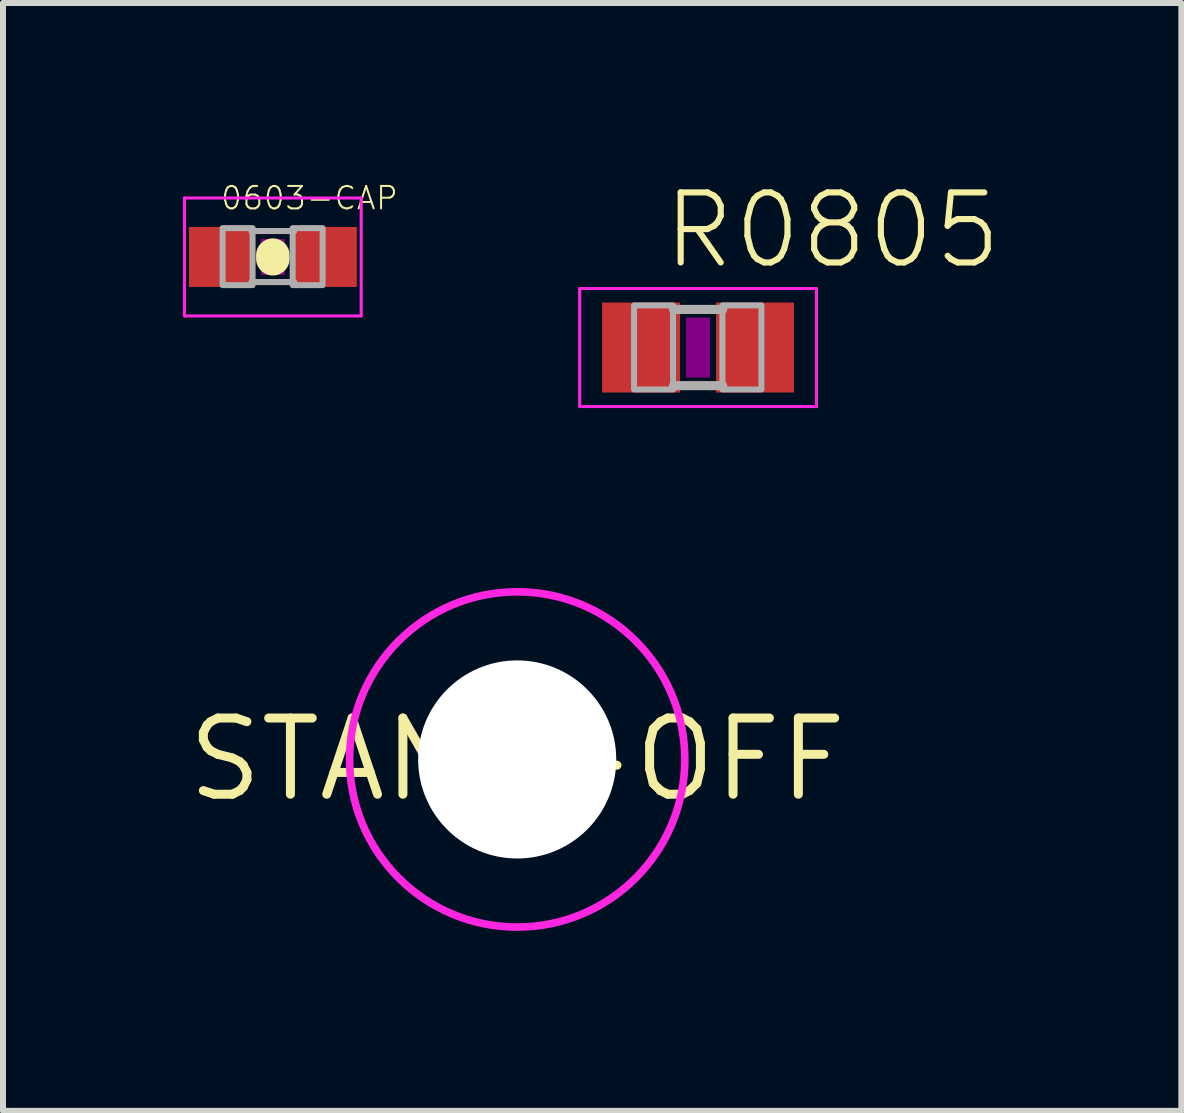
<source format=kicad_pcb>
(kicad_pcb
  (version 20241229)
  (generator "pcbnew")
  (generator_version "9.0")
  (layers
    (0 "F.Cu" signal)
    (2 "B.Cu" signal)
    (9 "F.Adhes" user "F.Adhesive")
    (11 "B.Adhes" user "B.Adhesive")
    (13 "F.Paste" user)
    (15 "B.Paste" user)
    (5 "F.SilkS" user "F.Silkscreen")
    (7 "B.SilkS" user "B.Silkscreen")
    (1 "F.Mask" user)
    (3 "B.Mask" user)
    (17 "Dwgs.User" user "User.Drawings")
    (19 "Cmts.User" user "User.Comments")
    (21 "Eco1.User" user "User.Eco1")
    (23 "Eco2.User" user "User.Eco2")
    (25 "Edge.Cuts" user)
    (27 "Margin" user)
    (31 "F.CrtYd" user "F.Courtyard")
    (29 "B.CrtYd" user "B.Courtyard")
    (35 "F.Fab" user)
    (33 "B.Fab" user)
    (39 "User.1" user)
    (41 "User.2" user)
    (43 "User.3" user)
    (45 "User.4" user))
  (footprint "STAND-OFF"
    (layer "F.Cu")
    (at 5.571 9.609)
    (property "Reference" "STAND-OFF" (at 0 0 0) (layer "F.SilkS") (effects (font (size 1.27 1.27) (thickness 0.15))))
    (fp_circle (center 0 0) (end 2.794 0) (stroke (width 0.127) (type solid)) (fill no) (layer "F.CrtYd"))
    (pad "" np_thru_hole circle (at 0 0) (size 3.302 3.302) (drill 3.302) (layers "*.Cu" "*.Mask")))
  (footprint "R0805"
    (layer "F.Cu")
    (at 8.586 2.743)
    (property "Reference" "R0805" (at -0.635 -1.27 0) (layer "F.SilkS") (effects (font (size 1.168 1.168) (thickness 0.102)) (justify left bottom)))
    (fp_poly (pts (xy -0.2 0.5) (xy 0.2 0.5) (xy 0.2 -0.5) (xy -0.2 -0.5)) (stroke (width 0) (type default)) (fill yes) (layer "F.Adhes"))
    (fp_line (start -1.973 -0.983) (end 1.973 -0.983) (stroke (width 0.051) (type solid)) (layer "F.CrtYd"))
    (fp_line (start -1.973 0.983) (end -1.973 -0.983) (stroke (width 0.051) (type solid)) (layer "F.CrtYd"))
    (fp_line (start 1.973 -0.983) (end 1.973 0.983) (stroke (width 0.051) (type solid)) (layer "F.CrtYd"))
    (fp_line (start 1.973 0.983) (end -1.973 0.983) (stroke (width 0.051) (type solid)) (layer "F.CrtYd"))
    (fp_line (start -0.41 -0.635) (end 0.41 -0.635) (stroke (width 0.152) (type solid)) (layer "F.Fab"))
    (fp_line (start -0.41 0.635) (end 0.41 0.635) (stroke (width 0.152) (type solid)) (layer "F.Fab"))
    (fp_poly (pts (xy -1.067 0.699) (xy -0.417 0.699) (xy -0.417 -0.702) (xy -1.067 -0.702)) (stroke (width 0.1) (type default)) (fill no) (layer "F.Fab"))
    (fp_poly (pts (xy 0.406 0.699) (xy 1.056 0.699) (xy 1.056 -0.702) (xy 0.406 -0.702)) (stroke (width 0.1) (type default)) (fill no) (layer "F.Fab"))
    (pad "1" smd rect (at -0.95 0) (size 1.3 1.5) (layers "F.Cu" "F.Mask" "F.Paste"))
    (pad "2" smd rect (at 0.95 0) (size 1.3 1.5) (layers "F.Cu" "F.Mask" "F.Paste")))
  (footprint "0603-CAP"
    (layer "F.Cu")
    (at 1.498 1.233)
    (property "Reference" "0603-CAP" (at -0.889 -0.762 0) (layer "F.SilkS") (effects (font (size 0.374 0.374) (thickness 0.033)) (justify left bottom)))
    (fp_line (start 0 -0.03) (end 0 0.03) (stroke (width 0.559) (type solid)) (layer "F.SilkS"))
    (fp_poly (pts (xy -0.2 0.3) (xy 0.2 0.3) (xy 0.2 -0.3) (xy -0.2 -0.3)) (stroke (width 0) (type default)) (fill yes) (layer "F.Adhes"))
    (fp_line (start -1.473 -0.983) (end 1.473 -0.983) (stroke (width 0.051) (type solid)) (layer "F.CrtYd"))
    (fp_line (start -1.473 0.983) (end -1.473 -0.983) (stroke (width 0.051) (type solid)) (layer "F.CrtYd"))
    (fp_line (start 1.473 -0.983) (end 1.473 0.983) (stroke (width 0.051) (type solid)) (layer "F.CrtYd"))
    (fp_line (start 1.473 0.983) (end -1.473 0.983) (stroke (width 0.051) (type solid)) (layer "F.CrtYd"))
    (fp_line (start -0.356 -0.432) (end 0.356 -0.432) (stroke (width 0.102) (type solid)) (layer "F.Fab"))
    (fp_line (start -0.356 0.419) (end 0.356 0.419) (stroke (width 0.102) (type solid)) (layer "F.Fab"))
    (fp_poly (pts (xy -0.838 0.47) (xy -0.338 0.47) (xy -0.338 -0.48) (xy -0.838 -0.48)) (stroke (width 0.1) (type default)) (fill no) (layer "F.Fab"))
    (fp_poly (pts (xy 0.33 0.47) (xy 0.83 0.47) (xy 0.83 -0.48) (xy 0.33 -0.48)) (stroke (width 0.1) (type default)) (fill no) (layer "F.Fab"))
    (pad "1" smd rect (at -0.85 0) (size 1.1 1) (layers "F.Cu" "F.Mask" "F.Paste"))
    (pad "2" smd rect (at 0.85 0) (size 1.1 1) (layers "F.Cu" "F.Mask" "F.Paste")))
  (gr_rect
    (start -3 -3)
    (end 16.642 15.467)
    (stroke (width 0.1) (type default))
    (fill no)
    (layer "Edge.Cuts")))
</source>
